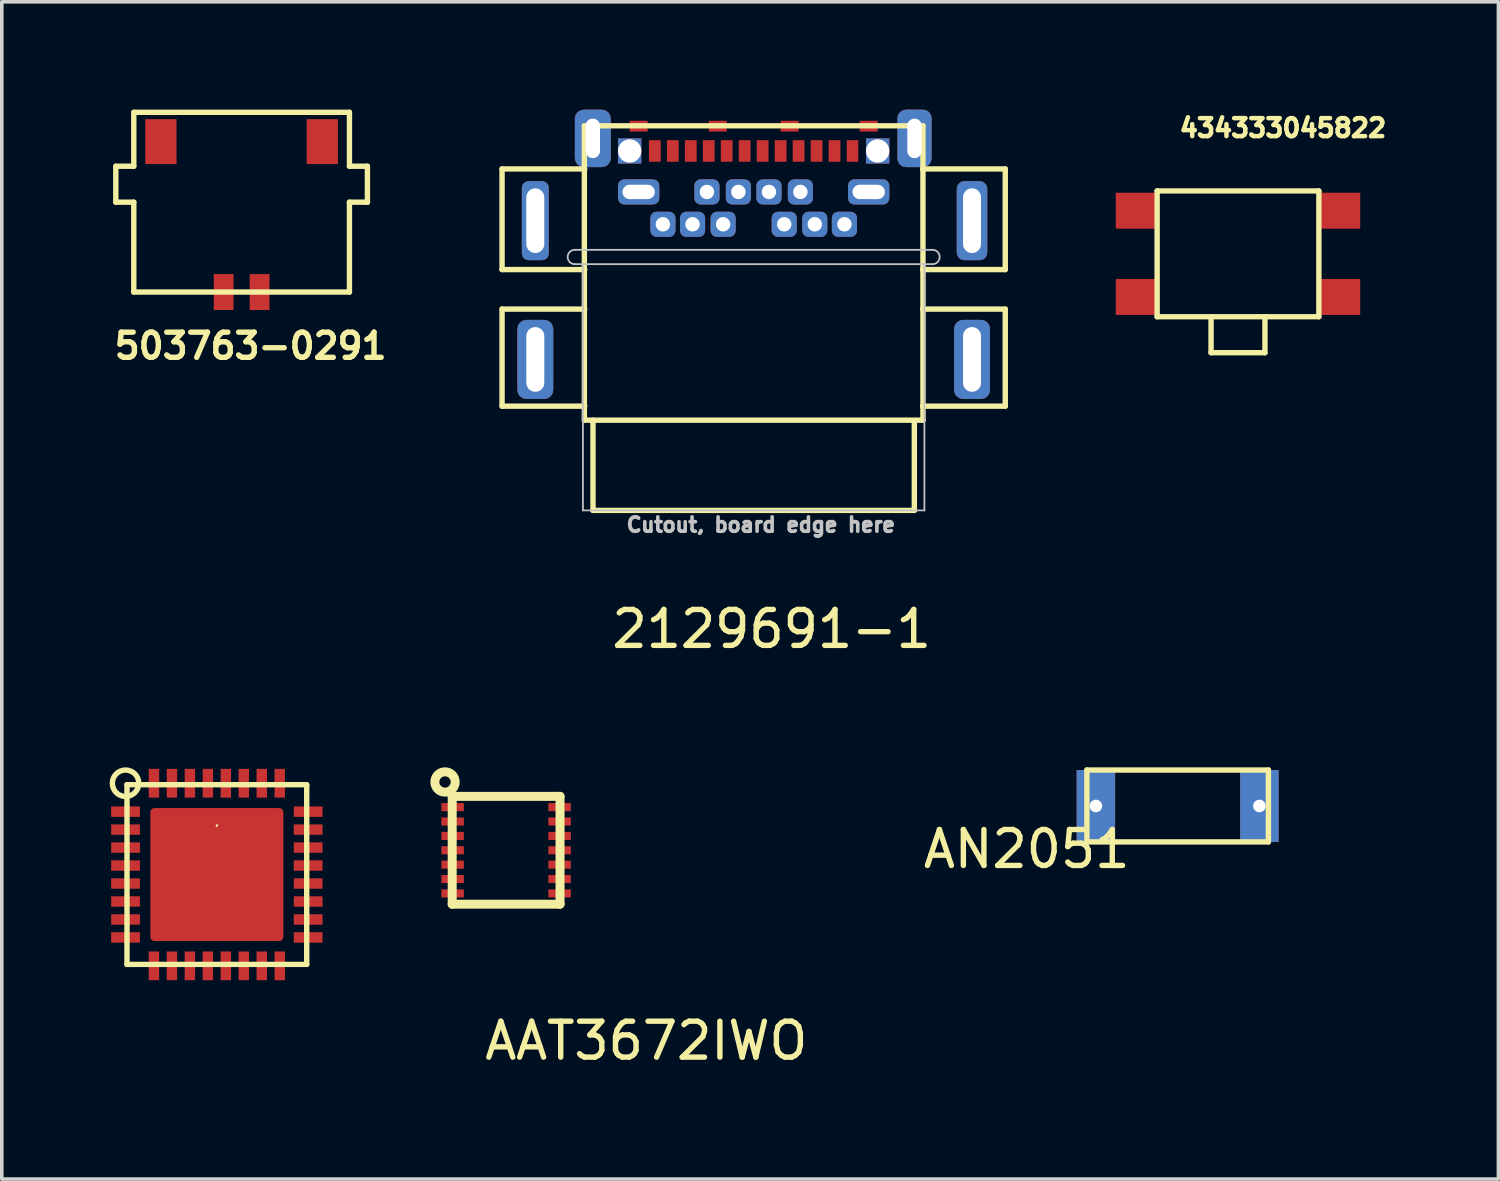
<source format=kicad_pcb>
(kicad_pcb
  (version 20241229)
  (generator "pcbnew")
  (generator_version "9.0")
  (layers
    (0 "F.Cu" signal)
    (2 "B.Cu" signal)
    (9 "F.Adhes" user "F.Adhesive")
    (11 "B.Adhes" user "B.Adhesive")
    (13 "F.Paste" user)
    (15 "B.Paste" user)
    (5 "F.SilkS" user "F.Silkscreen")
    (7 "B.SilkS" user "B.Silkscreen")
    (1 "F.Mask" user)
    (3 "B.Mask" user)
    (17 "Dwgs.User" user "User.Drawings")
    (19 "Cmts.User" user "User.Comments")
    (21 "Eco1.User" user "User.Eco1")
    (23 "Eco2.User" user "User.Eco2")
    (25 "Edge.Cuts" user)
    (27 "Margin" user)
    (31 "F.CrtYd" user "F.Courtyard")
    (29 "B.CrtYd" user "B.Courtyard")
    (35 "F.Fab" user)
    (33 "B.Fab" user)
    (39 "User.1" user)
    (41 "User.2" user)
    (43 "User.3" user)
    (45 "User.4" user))
  (footprint "503763-0291"
    (layer "F.Cu")
    (at 3.672 5.075)
    (property "Reference" "503763-0291" (at 0.25 1.5 0) (layer "F.SilkS") (effects (font (size 0.7 0.7) (thickness 0.15))))
    (attr through_hole)
    (fp_line (start -3.5 -3.5) (end -3.5 -2.5) (stroke (width 0.15) (type solid)) (layer "F.SilkS"))
    (fp_line (start -3.5 -2.5) (end -3 -2.5) (stroke (width 0.15) (type solid)) (layer "F.SilkS"))
    (fp_line (start -3 -5) (end -3 -3.5) (stroke (width 0.15) (type solid)) (layer "F.SilkS"))
    (fp_line (start -3 -5) (end 3 -5) (stroke (width 0.15) (type solid)) (layer "F.SilkS"))
    (fp_line (start -3 -3.5) (end -3.5 -3.5) (stroke (width 0.15) (type solid)) (layer "F.SilkS"))
    (fp_line (start -3 -2.5) (end -3 0) (stroke (width 0.15) (type solid)) (layer "F.SilkS"))
    (fp_line (start 3 -5) (end 3 -3.5) (stroke (width 0.15) (type solid)) (layer "F.SilkS"))
    (fp_line (start 3 -3.5) (end 3.5 -3.5) (stroke (width 0.15) (type solid)) (layer "F.SilkS"))
    (fp_line (start 3 -2.5) (end 3 0) (stroke (width 0.15) (type solid)) (layer "F.SilkS"))
    (fp_line (start 3 0) (end -3 0) (stroke (width 0.15) (type solid)) (layer "F.SilkS"))
    (fp_line (start 3.5 -3.5) (end 3.5 -2.5) (stroke (width 0.15) (type solid)) (layer "F.SilkS"))
    (fp_line (start 3.5 -2.5) (end 3 -2.5) (stroke (width 0.15) (type solid)) (layer "F.SilkS"))
    (pad "1" smd rect (at -0.5 0) (size 0.55 1) (layers "F.Cu" "F.Mask" "F.Paste"))
    (pad "2" smd rect (at 0.5 0) (size 0.55 1) (layers "F.Cu" "F.Mask" "F.Paste"))
    (pad "~" smd rect (at -2.245 -4.185) (size 0.87 1.25) (layers "F.Cu" "F.Mask" "F.Paste"))
    (pad "~" smd rect (at 2.245 -4.185) (size 0.87 1.25) (layers "F.Cu" "F.Mask" "F.Paste")))
  (footprint "434333045822"
    (layer "F.Cu")
    (at 31.393 4.012)
    (property "Reference" "434333045822" (at 1.25 -3.5 0) (layer "F.SilkS") (effects (font (size 0.5 0.5) (thickness 0.125))))
    (attr through_hole)
    (fp_line (start -2.25 -1.75) (end -2.25 1.75) (stroke (width 0.15) (type solid)) (layer "F.SilkS"))
    (fp_line (start -2.25 1.75) (end 2.25 1.75) (stroke (width 0.15) (type solid)) (layer "F.SilkS"))
    (fp_line (start -0.75 1.75) (end -0.75 2.75) (stroke (width 0.15) (type solid)) (layer "F.SilkS"))
    (fp_line (start -0.75 2.75) (end 0.75 2.75) (stroke (width 0.15) (type solid)) (layer "F.SilkS"))
    (fp_line (start 0.75 2.75) (end 0.75 1.75) (stroke (width 0.15) (type solid)) (layer "F.SilkS"))
    (fp_line (start 2.25 -1.75) (end -2.25 -1.75) (stroke (width 0.15) (type solid)) (layer "F.SilkS"))
    (fp_line (start 2.25 1.75) (end 2.25 -1.75) (stroke (width 0.15) (type solid)) (layer "F.SilkS"))
    (pad "1" smd rect (at -2.8 -1.2) (size 1.2 1) (layers "F.Cu" "F.Mask" "F.Paste"))
    (pad "1" smd rect (at 2.8 -1.2) (size 1.2 1) (layers "F.Cu" "F.Mask" "F.Paste"))
    (pad "2" smd rect (at -2.8 1.2) (size 1.2 1) (layers "F.Cu" "F.Mask" "F.Paste"))
    (pad "2" smd rect (at 2.8 1.2) (size 1.2 1) (layers "F.Cu" "F.Mask" "F.Paste")))
  (footprint "'"
    (layer "F.Cu")
    (at 2.983 21.281)
    (property "Reference" "'" (at 0 -1.27 0) (layer "F.SilkS") (effects (font (size 0.2 0.2) (thickness 0.05))))
    (attr through_hole)
    (fp_line (start -2.5 -2.5) (end 2.5 -2.5) (stroke (width 0.15) (type solid)) (layer "F.SilkS"))
    (fp_line (start -2.5 2.5) (end -2.5 -2.5) (stroke (width 0.15) (type solid)) (layer "F.SilkS"))
    (fp_line (start -2.5 2.5) (end 2.5 2.5) (stroke (width 0.15) (type solid)) (layer "F.SilkS"))
    (fp_line (start 2.5 2.5) (end 2.5 -2.5) (stroke (width 0.15) (type solid)) (layer "F.SilkS"))
    (fp_circle (center -2.54 -2.54) (end -2.8 -2.8) (stroke (width 0.15) (type solid)) (fill no) (layer "F.SilkS"))
    (pad "0" smd roundrect (at 0 0 90) (size 3.7 3.7) (layers "F.Cu" "F.Mask" "F.Paste") (roundrect_rratio 0.03))
    (pad "1" smd rect (at -2.54 -1.75) (size 0.8 0.29) (layers "F.Cu" "F.Mask" "F.Paste"))
    (pad "2" smd rect (at -2.54 -1.25) (size 0.8 0.29) (layers "F.Cu" "F.Mask" "F.Paste"))
    (pad "3" smd rect (at -2.54 -0.75) (size 0.8 0.29) (layers "F.Cu" "F.Mask" "F.Paste"))
    (pad "4" smd rect (at -2.54 -0.25) (size 0.8 0.29) (layers "F.Cu" "F.Mask" "F.Paste"))
    (pad "5" smd rect (at -2.54 0.25) (size 0.8 0.29) (layers "F.Cu" "F.Mask" "F.Paste"))
    (pad "6" smd rect (at -2.54 0.75) (size 0.8 0.29) (layers "F.Cu" "F.Mask" "F.Paste"))
    (pad "7" smd rect (at -2.54 1.25) (size 0.8 0.29) (layers "F.Cu" "F.Mask" "F.Paste"))
    (pad "8" smd rect (at -2.54 1.75) (size 0.8 0.29) (layers "F.Cu" "F.Mask" "F.Paste"))
    (pad "9" smd rect (at -1.75 2.54 90) (size 0.8 0.29) (layers "F.Cu" "F.Mask" "F.Paste"))
    (pad "10" smd rect (at -1.25 2.54 90) (size 0.8 0.29) (layers "F.Cu" "F.Mask" "F.Paste"))
    (pad "11" smd rect (at -0.75 2.54 90) (size 0.8 0.29) (layers "F.Cu" "F.Mask" "F.Paste"))
    (pad "12" smd rect (at -0.25 2.54 90) (size 0.8 0.29) (layers "F.Cu" "F.Mask" "F.Paste"))
    (pad "13" smd rect (at 0.25 2.54 90) (size 0.8 0.29) (layers "F.Cu" "F.Mask" "F.Paste"))
    (pad "14" smd rect (at 0.75 2.54 90) (size 0.8 0.29) (layers "F.Cu" "F.Mask" "F.Paste"))
    (pad "15" smd rect (at 1.25 2.54 90) (size 0.8 0.29) (layers "F.Cu" "F.Mask" "F.Paste"))
    (pad "16" smd rect (at 1.75 2.54 90) (size 0.8 0.29) (layers "F.Cu" "F.Mask" "F.Paste"))
    (pad "17" smd rect (at 2.54 1.75) (size 0.8 0.29) (layers "F.Cu" "F.Mask" "F.Paste"))
    (pad "18" smd rect (at 2.54 1.25) (size 0.8 0.29) (layers "F.Cu" "F.Mask" "F.Paste"))
    (pad "19" smd rect (at 2.54 0.75) (size 0.8 0.29) (layers "F.Cu" "F.Mask" "F.Paste"))
    (pad "20" smd rect (at 2.54 0.25) (size 0.8 0.29) (layers "F.Cu" "F.Mask" "F.Paste"))
    (pad "21" smd rect (at 2.54 -0.25) (size 0.8 0.29) (layers "F.Cu" "F.Mask" "F.Paste"))
    (pad "22" smd rect (at 2.54 -0.75) (size 0.8 0.29) (layers "F.Cu" "F.Mask" "F.Paste"))
    (pad "23" smd rect (at 2.54 -1.25) (size 0.8 0.29) (layers "F.Cu" "F.Mask" "F.Paste"))
    (pad "24" smd rect (at 2.54 -1.75) (size 0.8 0.29) (layers "F.Cu" "F.Mask" "F.Paste"))
    (pad "25" smd rect (at 1.75 -2.54 90) (size 0.8 0.29) (layers "F.Cu" "F.Mask" "F.Paste"))
    (pad "26" smd rect (at 1.25 -2.54 90) (size 0.8 0.29) (layers "F.Cu" "F.Mask" "F.Paste"))
    (pad "27" smd rect (at 0.75 -2.54 90) (size 0.8 0.29) (layers "F.Cu" "F.Mask" "F.Paste"))
    (pad "28" smd rect (at 0.25 -2.54 90) (size 0.8 0.29) (layers "F.Cu" "F.Mask" "F.Paste"))
    (pad "29" smd rect (at -0.25 -2.54 90) (size 0.8 0.29) (layers "F.Cu" "F.Mask" "F.Paste"))
    (pad "30" smd rect (at -0.75 -2.54 90) (size 0.8 0.29) (layers "F.Cu" "F.Mask" "F.Paste"))
    (pad "31" smd rect (at -1.25 -2.54 90) (size 0.8 0.29) (layers "F.Cu" "F.Mask" "F.Paste"))
    (pad "32" smd rect (at -1.75 -2.54 90) (size 0.8 0.29) (layers "F.Cu" "F.Mask" "F.Paste")))
  (footprint "AAT3672IWO"
    (layer "F.Cu")
    (at 11.031 20.606)
    (property "Reference" "AAT3672IWO" (at 3.9 5.3 0) (layer "F.SilkS") (effects (font (size 1 1) (thickness 0.15))))
    (attr through_hole)
    (fp_line (start -1.5 -1.5) (end -1.5 1.5) (stroke (width 0.25) (type solid)) (layer "F.SilkS"))
    (fp_line (start -1.5 -1.5) (end 1.5 -1.5) (stroke (width 0.25) (type solid)) (layer "F.SilkS"))
    (fp_line (start -1.5 1.5) (end 1.5 1.5) (stroke (width 0.25) (type solid)) (layer "F.SilkS"))
    (fp_line (start 1.5 -1.5) (end 1.5 1.5) (stroke (width 0.25) (type solid)) (layer "F.SilkS"))
    (fp_circle (center -1.7 -1.9) (end -1.5 -1.7) (stroke (width 0.25) (type solid)) (fill no) (layer "F.SilkS"))
    (pad "1" smd rect (at -1.488 -1.2 90) (size 0.225 0.625) (layers "F.Cu" "F.Mask" "F.Paste"))
    (pad "2" smd rect (at -1.488 -0.8 90) (size 0.225 0.625) (layers "F.Cu" "F.Mask" "F.Paste"))
    (pad "3" smd rect (at -1.488 -0.4 90) (size 0.225 0.625) (layers "F.Cu" "F.Mask" "F.Paste"))
    (pad "4" smd rect (at -1.488 0 90) (size 0.225 0.625) (layers "F.Cu" "F.Mask" "F.Paste"))
    (pad "5" smd rect (at -1.488 0.4 90) (size 0.225 0.625) (layers "F.Cu" "F.Mask" "F.Paste"))
    (pad "6" smd rect (at -1.488 0.8 90) (size 0.225 0.625) (layers "F.Cu" "F.Mask" "F.Paste"))
    (pad "7" smd rect (at -1.488 1.2 90) (size 0.225 0.625) (layers "F.Cu" "F.Mask" "F.Paste"))
    (pad "8" smd rect (at 1.488 1.2 90) (size 0.225 0.625) (layers "F.Cu" "F.Mask" "F.Paste"))
    (pad "9" smd rect (at 1.488 0.8 90) (size 0.225 0.625) (layers "F.Cu" "F.Mask" "F.Paste"))
    (pad "10" smd rect (at 1.488 0.4 90) (size 0.225 0.625) (layers "F.Cu" "F.Mask" "F.Paste"))
    (pad "11" smd rect (at 1.488 0 90) (size 0.225 0.625) (layers "F.Cu" "F.Mask" "F.Paste"))
    (pad "12" smd rect (at 1.488 -0.4 90) (size 0.225 0.625) (layers "F.Cu" "F.Mask" "F.Paste"))
    (pad "13" smd rect (at 1.488 -0.8 90) (size 0.225 0.625) (layers "F.Cu" "F.Mask" "F.Paste"))
    (pad "14" smd rect (at 1.488 -1.2 90) (size 0.225 0.625) (layers "F.Cu" "F.Mask" "F.Paste")))
  (footprint "2129691-1"
    (layer "F.Cu")
    (at 17.918 1.15)
    (property "Reference" "2129691-1" (at 0.5 13.3 0) (layer "F.SilkS") (effects (font (size 1 1) (thickness 0.15))))
    (attr through_hole)
    (fp_line (start -7 0.5) (end -7 3.3) (stroke (width 0.15) (type solid)) (layer "F.SilkS"))
    (fp_line (start -7 3.3) (end -4.7 3.3) (stroke (width 0.15) (type solid)) (layer "F.SilkS"))
    (fp_line (start -7 4.4) (end -7 7.1) (stroke (width 0.15) (type solid)) (layer "F.SilkS"))
    (fp_line (start -7 7.1) (end -4.7 7.1) (stroke (width 0.15) (type solid)) (layer "F.SilkS"))
    (fp_line (start -4.71 -0.7) (end 4.71 -0.7) (stroke (width 0.15) (type solid)) (layer "F.SilkS"))
    (fp_line (start -4.71 7.49) (end -4.71 -0.7) (stroke (width 0.15) (type solid)) (layer "F.SilkS"))
    (fp_line (start -4.71 7.49) (end 4.71 7.49) (stroke (width 0.15) (type solid)) (layer "F.SilkS"))
    (fp_line (start -4.7 0.5) (end -7 0.5) (stroke (width 0.15) (type solid)) (layer "F.SilkS"))
    (fp_line (start -4.7 4.4) (end -7 4.4) (stroke (width 0.15) (type solid)) (layer "F.SilkS"))
    (fp_line (start -4.47 7.49) (end -4.47 10) (stroke (width 0.15) (type solid)) (layer "F.SilkS"))
    (fp_line (start -4.47 10) (end 4.47 10) (stroke (width 0.15) (type solid)) (layer "F.SilkS"))
    (fp_line (start 4.47 7.5) (end 4.47 10) (stroke (width 0.15) (type solid)) (layer "F.SilkS"))
    (fp_line (start 4.7 0.5) (end 7 0.5) (stroke (width 0.15) (type solid)) (layer "F.SilkS"))
    (fp_line (start 4.7 4.4) (end 7 4.4) (stroke (width 0.15) (type solid)) (layer "F.SilkS"))
    (fp_line (start 4.71 7.49) (end 4.71 -0.7) (stroke (width 0.15) (type solid)) (layer "F.SilkS"))
    (fp_line (start 7 0.5) (end 7 3.3) (stroke (width 0.15) (type solid)) (layer "F.SilkS"))
    (fp_line (start 7 3.3) (end 4.7 3.3) (stroke (width 0.15) (type solid)) (layer "F.SilkS"))
    (fp_line (start 7 4.4) (end 7 7.1) (stroke (width 0.15) (type solid)) (layer "F.SilkS"))
    (fp_line (start 7 7.1) (end 4.7 7.1) (stroke (width 0.15) (type solid)) (layer "F.SilkS"))
    (fp_line (start -4.975 2.75) (end 4.975 2.75) (stroke (width 0.05) (type solid)) (layer "Dwgs.User"))
    (fp_line (start -4.75 3.15) (end -4.75 10) (stroke (width 0.05) (type solid)) (layer "Dwgs.User"))
    (fp_line (start -4.75 10) (end 4.75 10) (stroke (width 0.05) (type solid)) (layer "Dwgs.User"))
    (fp_line (start 4.75 3.15) (end 4.75 10) (stroke (width 0.05) (type solid)) (layer "Dwgs.User"))
    (fp_line (start 4.975 3.15) (end -4.975 3.15) (stroke (width 0.05) (type solid)) (layer "Dwgs.User"))
    (fp_arc (start -4.975 3.15) (mid -5.175 2.95) (end -4.975 2.75) (stroke (width 0.05) (type solid)) (layer "Dwgs.User"))
    (fp_arc (start 4.975 2.75) (mid 5.175 2.95) (end 4.975 3.15) (stroke (width 0.05) (type solid)) (layer "Dwgs.User"))
    (fp_text user "Cutout, board edge here" (at 0.2 10.4 0) (layer "Dwgs.User") (effects (font (size 0.4 0.4) (thickness 0.1))))
    (pad "" np_thru_hole rect (at -3.45 0) (size 0.65 0.7) (drill 0.65) (layers "*.Cu" "*.Mask"))
    (pad "" smd rect (at -3.2 -0.69) (size 0.5 0.3) (layers "F.Cu" "F.Mask" "F.Paste"))
    (pad "" smd rect (at -1 -0.69 180) (size 0.5 0.3) (layers "F.Cu" "F.Mask" "F.Paste"))
    (pad "" smd rect (at 1 -0.69) (size 0.5 0.3) (layers "F.Cu" "F.Mask" "F.Paste"))
    (pad "" smd rect (at 3.2 -0.69) (size 0.5 0.3) (layers "F.Cu" "F.Mask" "F.Paste"))
    (pad "" np_thru_hole rect (at 3.45 0) (size 0.65 0.7) (drill 0.65) (layers "*.Cu" "*.Mask"))
    (pad "A1" smd rect (at -2.75 0) (size 0.328 0.6) (layers "F.Cu" "F.Mask" "F.Paste"))
    (pad "A2" smd rect (at -2.25 0) (size 0.328 0.6) (layers "F.Cu" "F.Mask" "F.Paste"))
    (pad "A3" smd rect (at -1.75 0) (size 0.328 0.6) (layers "F.Cu" "F.Mask" "F.Paste"))
    (pad "A4" smd rect (at -1.25 0) (size 0.328 0.6) (layers "F.Cu" "F.Mask" "F.Paste"))
    (pad "A5" smd rect (at -0.75 0) (size 0.328 0.6) (layers "F.Cu" "F.Mask" "F.Paste"))
    (pad "A6" smd rect (at -0.25 0) (size 0.328 0.6) (layers "F.Cu" "F.Mask" "F.Paste"))
    (pad "A7" smd rect (at 0.25 0) (size 0.328 0.6) (layers "F.Cu" "F.Mask" "F.Paste"))
    (pad "A8" smd rect (at 0.75 0) (size 0.328 0.6) (layers "F.Cu" "F.Mask" "F.Paste"))
    (pad "A9" smd rect (at 1.25 0) (size 0.328 0.6) (layers "F.Cu" "F.Mask" "F.Paste"))
    (pad "A10" smd rect (at 1.75 0) (size 0.328 0.6) (layers "F.Cu" "F.Mask" "F.Paste"))
    (pad "A11" smd rect (at 2.25 0) (size 0.328 0.6) (layers "F.Cu" "F.Mask" "F.Paste"))
    (pad "A12" smd rect (at 2.75 0) (size 0.32 0.6) (layers "F.Cu" "F.Mask" "F.Paste"))
    (pad "B1" thru_hole roundrect (at 3.2 1.14) (size 1.15 0.7) (drill oval 0.9 0.4) (layers "*.Cu" "*.Mask") (roundrect_rratio 0.25))
    (pad "B2" thru_hole roundrect (at 2.525 2.04) (size 0.7 0.7) (drill 0.4) (layers "*.Cu" "*.Mask") (roundrect_rratio 0.25))
    (pad "B3" thru_hole roundrect (at 1.7 2.04) (size 0.7 0.7) (drill 0.4) (layers "*.Cu" "*.Mask") (roundrect_rratio 0.25))
    (pad "B4" thru_hole roundrect (at 1.3 1.14) (size 0.7 0.7) (drill 0.4) (layers "*.Cu" "*.Mask") (roundrect_rratio 0.25))
    (pad "B5" thru_hole roundrect (at 0.85 2.04) (size 0.7 0.7) (drill 0.4) (layers "*.Cu" "*.Mask") (roundrect_rratio 0.25))
    (pad "B6" thru_hole roundrect (at 0.425 1.14) (size 0.7 0.7) (drill 0.4) (layers "*.Cu" "*.Mask") (roundrect_rratio 0.25))
    (pad "B7" thru_hole roundrect (at -0.425 1.14) (size 0.7 0.7) (drill 0.4) (layers "*.Cu" "*.Mask") (roundrect_rratio 0.25))
    (pad "B8" thru_hole roundrect (at -0.85 2.04) (size 0.7 0.7) (drill 0.4) (layers "*.Cu" "*.Mask") (roundrect_rratio 0.25))
    (pad "B9" thru_hole roundrect (at -1.3 1.14) (size 0.7 0.7) (drill 0.4) (layers "*.Cu" "*.Mask") (roundrect_rratio 0.25))
    (pad "B10" thru_hole roundrect (at -1.7 2.04) (size 0.7 0.7) (drill 0.4) (layers "*.Cu" "*.Mask") (roundrect_rratio 0.25))
    (pad "B11" thru_hole roundrect (at -2.525 2.04) (size 0.7 0.7) (drill 0.4) (layers "*.Cu" "*.Mask") (roundrect_rratio 0.25))
    (pad "B12" thru_hole roundrect (at -3.2 1.14) (size 1.15 0.7) (drill oval 0.9 0.4) (layers "*.Cu" "*.Mask") (roundrect_rratio 0.25))
    (pad "S1" thru_hole roundrect (at -4.475 -0.35) (size 1 1.6) (drill oval 0.4 1.1) (layers "*.Cu" "*.Mask") (roundrect_rratio 0.25))
    (pad "S2" thru_hole roundrect (at 4.475 -0.35) (size 0.95 1.6) (drill oval 0.4 1.1) (layers "*.Cu" "*.Mask") (roundrect_rratio 0.25))
    (pad "S3" thru_hole roundrect (at 6.075 1.94) (size 0.85 2.2) (drill oval 0.5 1.8) (layers "*.Cu" "*.Mask") (roundrect_rratio 0.25))
    (pad "S4" thru_hole roundrect (at 6.075 5.8) (size 1 2.2) (drill oval 0.5 1.8) (layers "*.Cu" "*.Mask") (roundrect_rratio 0.25))
    (pad "S5" thru_hole roundrect (at -6.075 5.8) (size 1 2.2) (drill oval 0.5 1.8) (layers "*.Cu" "*.Mask") (roundrect_rratio 0.25))
    (pad "S6" thru_hole roundrect (at -6.075 1.94) (size 0.75 2.2) (drill oval 0.5 1.8) (layers "*.Cu" "*.Mask") (roundrect_rratio 0.25)))
  (footprint "AN2051"
    (layer "F.Cu")
    (at 29.714 19.373)
    (property "Reference" "AN2051" (at -4.2 1.2 0) (layer "F.SilkS") (effects (font (size 1 1) (thickness 0.15))))
    (attr through_hole)
    (fp_line (start -2.525 -1) (end -2.525 1) (stroke (width 0.15) (type solid)) (layer "F.SilkS"))
    (fp_line (start -2.525 -1) (end 2.525 -1) (stroke (width 0.15) (type solid)) (layer "F.SilkS"))
    (fp_line (start -2.525 1) (end 2.525 1) (stroke (width 0.15) (type solid)) (layer "F.SilkS"))
    (fp_line (start 2.525 -1) (end 2.525 1) (stroke (width 0.15) (type solid)) (layer "F.SilkS"))
    (pad "1" thru_hole rect (at -2.275 0) (size 1.07 2) (drill 0.35) (layers "*.Cu" "*.Mask"))
    (pad "2" thru_hole rect (at 2.275 0) (size 1.07 2) (drill 0.35) (layers "*.Cu" "*.Mask")))
  (gr_rect
    (start -3 -3)
    (end 38.638 29.754)
    (stroke (width 0.1) (type default))
    (fill no)
    (layer "Edge.Cuts")))
</source>
